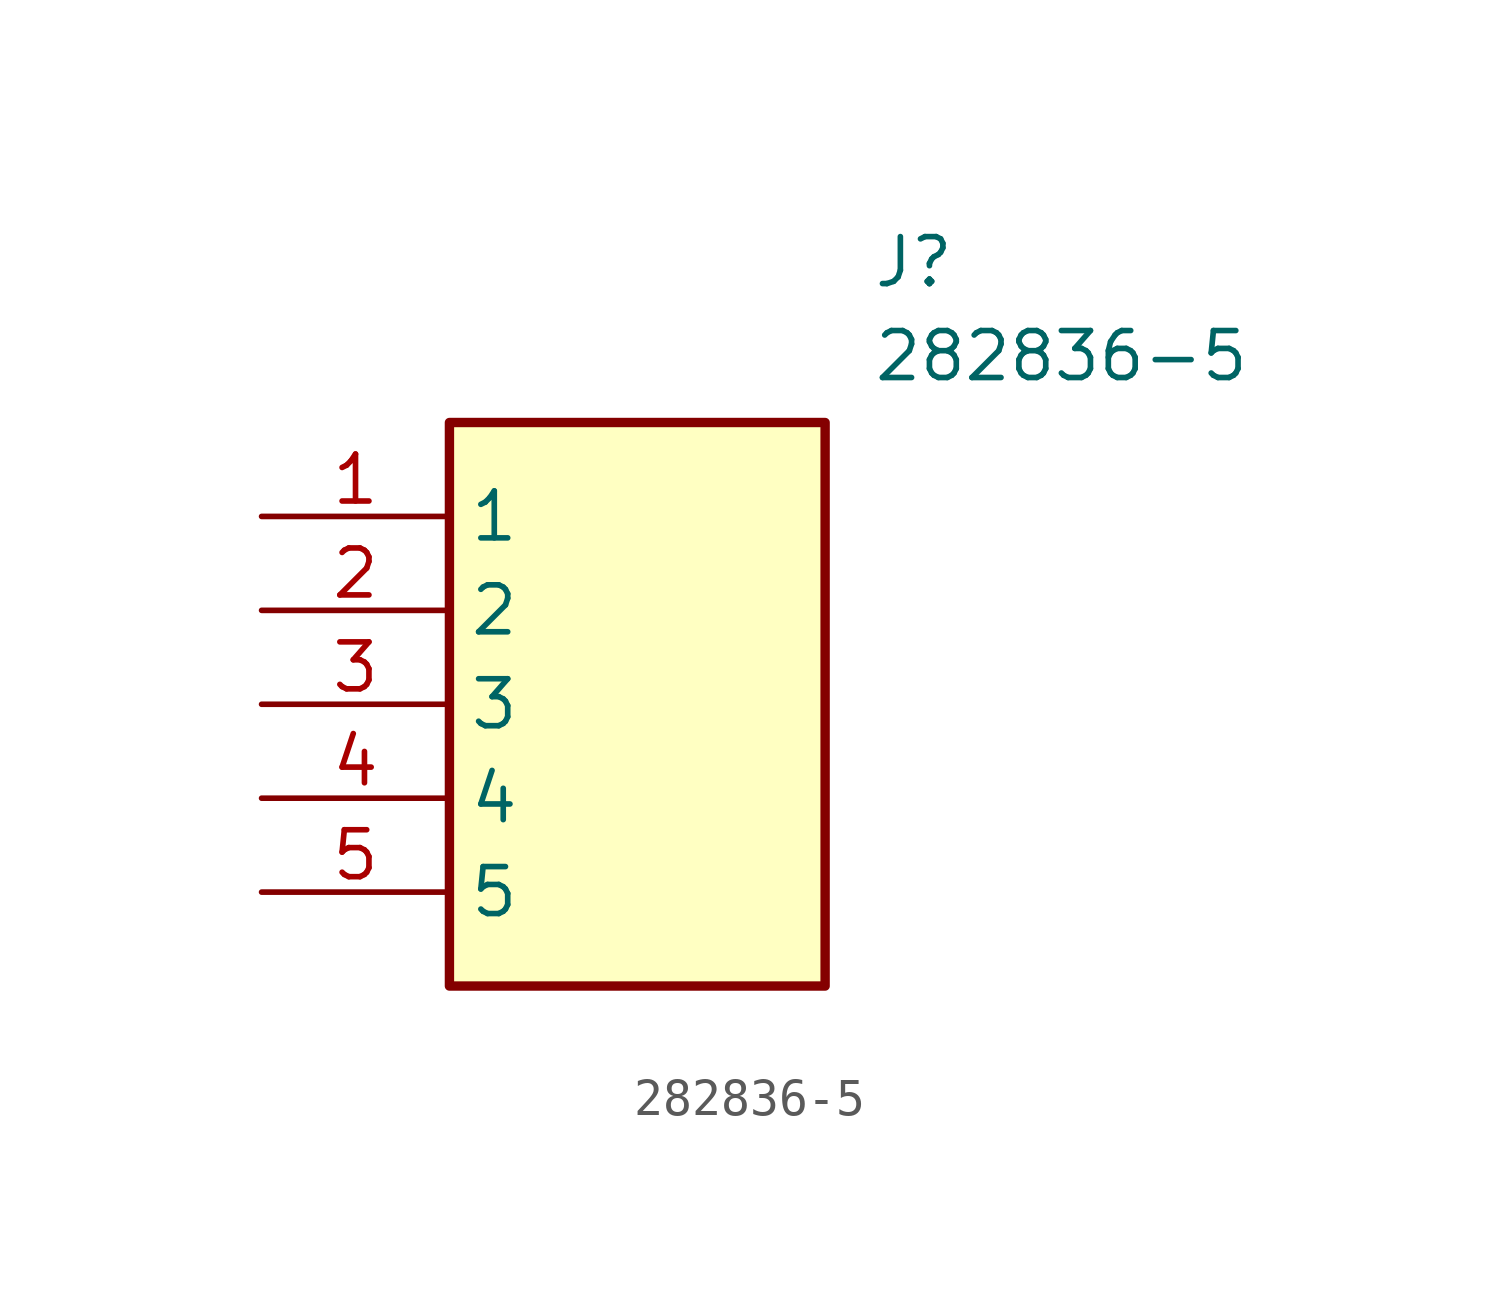
<source format=kicad_sym>
(kicad_symbol_lib
  (version 20211014)
  (generator SamacSys_ECAD_Model)
  (symbol "282836-5"
    (property "Reference" "J"
      (at 16.51 7.62 0)
      (effects (font (size 1.27 1.27)) (justify left top)))
    (property "Value" "282836-5"
      (at 16.51 5.08 0)
      (effects (font (size 1.27 1.27)) (justify left top)))
    (rectangle
      (start 5.08 2.54)
      (end 15.24 -12.7)
      (stroke (width 0.254) (type default))
      (fill (type background)))
    (pin passive line
      (at 0 0 0)
      (length 5.08)
      (name "1" (effects (font (size 1.27 1.27))))
      (number "1" (effects (font (size 1.27 1.27)))))
    (pin passive line
      (at 0 -2.54 0)
      (length 5.08)
      (name "2" (effects (font (size 1.27 1.27))))
      (number "2" (effects (font (size 1.27 1.27)))))
    (pin passive line
      (at 0 -5.08 0)
      (length 5.08)
      (name "3" (effects (font (size 1.27 1.27))))
      (number "3" (effects (font (size 1.27 1.27)))))
    (pin passive line
      (at 0 -7.62 0)
      (length 5.08)
      (name "4" (effects (font (size 1.27 1.27))))
      (number "4" (effects (font (size 1.27 1.27)))))
    (pin passive line
      (at 0 -10.16 0)
      (length 5.08)
      (name "5" (effects (font (size 1.27 1.27))))
      (number "5" (effects (font (size 1.27 1.27)))))))
</source>
